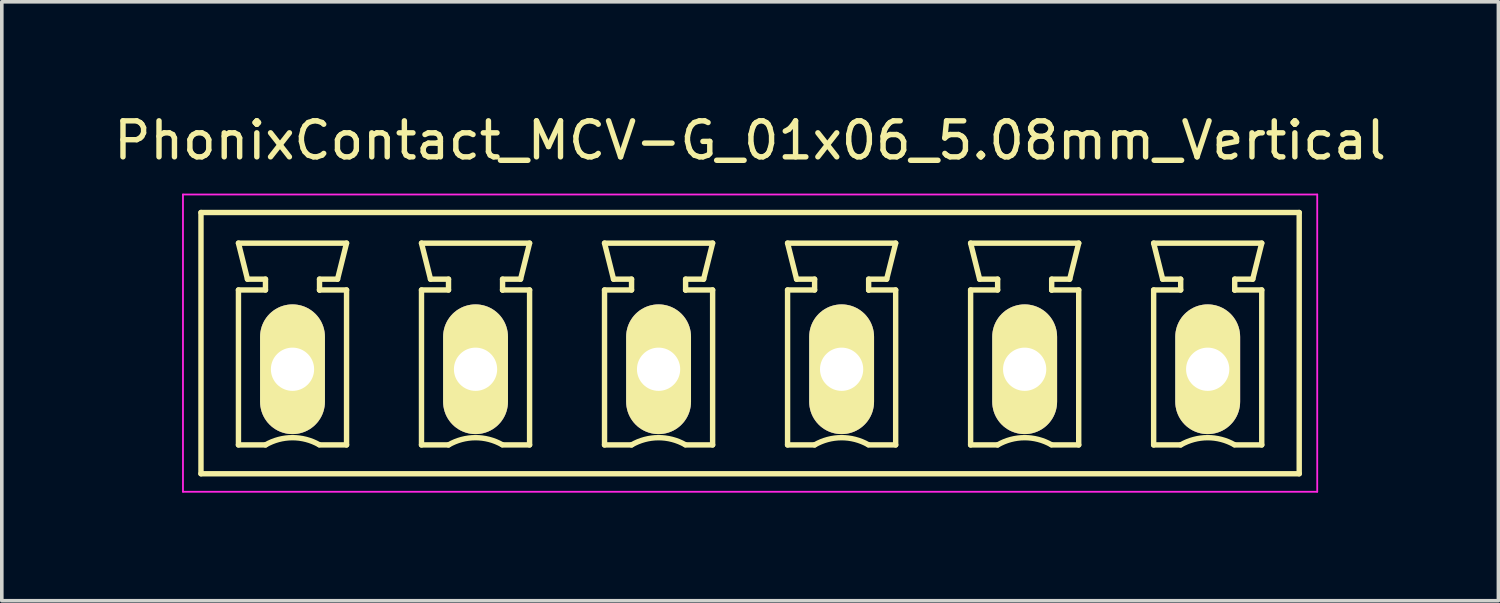
<source format=kicad_pcb>
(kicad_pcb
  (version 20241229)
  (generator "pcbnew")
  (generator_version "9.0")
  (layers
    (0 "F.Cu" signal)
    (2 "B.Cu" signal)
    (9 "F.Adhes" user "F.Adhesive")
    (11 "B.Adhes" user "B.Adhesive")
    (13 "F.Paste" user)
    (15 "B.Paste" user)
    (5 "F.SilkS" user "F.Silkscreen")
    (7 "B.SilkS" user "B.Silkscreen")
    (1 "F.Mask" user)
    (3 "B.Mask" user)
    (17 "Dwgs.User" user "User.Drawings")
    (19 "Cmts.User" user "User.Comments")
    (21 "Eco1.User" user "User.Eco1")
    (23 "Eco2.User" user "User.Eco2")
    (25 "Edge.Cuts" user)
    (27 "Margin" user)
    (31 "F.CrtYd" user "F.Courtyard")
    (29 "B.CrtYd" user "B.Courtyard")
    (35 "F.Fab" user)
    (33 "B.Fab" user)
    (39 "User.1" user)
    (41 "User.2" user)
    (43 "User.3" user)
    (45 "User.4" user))
  (footprint "PhonixContact_MCV-G_01x06_5.08mm_Vertical"
    (layer "F.Cu")
    (at 5.068 7.198)
    (property "Reference" "PhonixContact_MCV-G_01x06_5.08mm_Vertical" (at 12.7 -6.35 0) (layer "F.SilkS") (effects (font (size 1 1) (thickness 0.15))))
    (attr through_hole)
    (fp_line (start -2.54 -4.35) (end -2.54 2.9) (stroke (width 0.15) (type solid)) (layer "F.SilkS"))
    (fp_line (start -2.54 2.9) (end 27.94 2.9) (stroke (width 0.15) (type solid)) (layer "F.SilkS"))
    (fp_line (start -1.5 -3.5) (end 1.5 -3.5) (stroke (width 0.15) (type solid)) (layer "F.SilkS"))
    (fp_line (start -1.5 -2.2) (end -0.75 -2.2) (stroke (width 0.15) (type solid)) (layer "F.SilkS"))
    (fp_line (start -1.5 2.1) (end -1.5 -2.2) (stroke (width 0.15) (type solid)) (layer "F.SilkS"))
    (fp_line (start -1.25 -2.5) (end -1.5 -3.5) (stroke (width 0.15) (type solid)) (layer "F.SilkS"))
    (fp_line (start -0.75 -2.5) (end -1.25 -2.5) (stroke (width 0.15) (type solid)) (layer "F.SilkS"))
    (fp_line (start -0.75 -2.2) (end -0.75 -2.5) (stroke (width 0.15) (type solid)) (layer "F.SilkS"))
    (fp_line (start -0.75 2.1) (end -1.5 2.1) (stroke (width 0.15) (type solid)) (layer "F.SilkS"))
    (fp_line (start 0.75 -2.5) (end 0.75 -2.2) (stroke (width 0.15) (type solid)) (layer "F.SilkS"))
    (fp_line (start 0.75 -2.2) (end 0.75 -2.2) (stroke (width 0.15) (type solid)) (layer "F.SilkS"))
    (fp_line (start 0.75 -2.2) (end 1.5 -2.2) (stroke (width 0.15) (type solid)) (layer "F.SilkS"))
    (fp_line (start 1.25 -2.5) (end 0.75 -2.5) (stroke (width 0.15) (type solid)) (layer "F.SilkS"))
    (fp_line (start 1.5 -3.5) (end 1.25 -2.5) (stroke (width 0.15) (type solid)) (layer "F.SilkS"))
    (fp_line (start 1.5 -2.2) (end 1.5 2.1) (stroke (width 0.15) (type solid)) (layer "F.SilkS"))
    (fp_line (start 1.5 2.1) (end 0.75 2.1) (stroke (width 0.15) (type solid)) (layer "F.SilkS"))
    (fp_line (start 3.58 -3.5) (end 6.58 -3.5) (stroke (width 0.15) (type solid)) (layer "F.SilkS"))
    (fp_line (start 3.58 -2.2) (end 4.33 -2.2) (stroke (width 0.15) (type solid)) (layer "F.SilkS"))
    (fp_line (start 3.58 2.1) (end 3.58 -2.2) (stroke (width 0.15) (type solid)) (layer "F.SilkS"))
    (fp_line (start 3.83 -2.5) (end 3.58 -3.5) (stroke (width 0.15) (type solid)) (layer "F.SilkS"))
    (fp_line (start 4.33 -2.5) (end 3.83 -2.5) (stroke (width 0.15) (type solid)) (layer "F.SilkS"))
    (fp_line (start 4.33 -2.2) (end 4.33 -2.5) (stroke (width 0.15) (type solid)) (layer "F.SilkS"))
    (fp_line (start 4.33 2.1) (end 3.58 2.1) (stroke (width 0.15) (type solid)) (layer "F.SilkS"))
    (fp_line (start 5.83 -2.5) (end 5.83 -2.2) (stroke (width 0.15) (type solid)) (layer "F.SilkS"))
    (fp_line (start 5.83 -2.2) (end 5.83 -2.2) (stroke (width 0.15) (type solid)) (layer "F.SilkS"))
    (fp_line (start 5.83 -2.2) (end 6.58 -2.2) (stroke (width 0.15) (type solid)) (layer "F.SilkS"))
    (fp_line (start 6.33 -2.5) (end 5.83 -2.5) (stroke (width 0.15) (type solid)) (layer "F.SilkS"))
    (fp_line (start 6.58 -3.5) (end 6.33 -2.5) (stroke (width 0.15) (type solid)) (layer "F.SilkS"))
    (fp_line (start 6.58 -2.2) (end 6.58 2.1) (stroke (width 0.15) (type solid)) (layer "F.SilkS"))
    (fp_line (start 6.58 2.1) (end 5.83 2.1) (stroke (width 0.15) (type solid)) (layer "F.SilkS"))
    (fp_line (start 8.66 -3.5) (end 11.66 -3.5) (stroke (width 0.15) (type solid)) (layer "F.SilkS"))
    (fp_line (start 8.66 -2.2) (end 9.41 -2.2) (stroke (width 0.15) (type solid)) (layer "F.SilkS"))
    (fp_line (start 8.66 2.1) (end 8.66 -2.2) (stroke (width 0.15) (type solid)) (layer "F.SilkS"))
    (fp_line (start 8.91 -2.5) (end 8.66 -3.5) (stroke (width 0.15) (type solid)) (layer "F.SilkS"))
    (fp_line (start 9.41 -2.5) (end 8.91 -2.5) (stroke (width 0.15) (type solid)) (layer "F.SilkS"))
    (fp_line (start 9.41 -2.2) (end 9.41 -2.5) (stroke (width 0.15) (type solid)) (layer "F.SilkS"))
    (fp_line (start 9.41 2.1) (end 8.66 2.1) (stroke (width 0.15) (type solid)) (layer "F.SilkS"))
    (fp_line (start 10.91 -2.5) (end 10.91 -2.2) (stroke (width 0.15) (type solid)) (layer "F.SilkS"))
    (fp_line (start 10.91 -2.2) (end 10.91 -2.2) (stroke (width 0.15) (type solid)) (layer "F.SilkS"))
    (fp_line (start 10.91 -2.2) (end 11.66 -2.2) (stroke (width 0.15) (type solid)) (layer "F.SilkS"))
    (fp_line (start 11.41 -2.5) (end 10.91 -2.5) (stroke (width 0.15) (type solid)) (layer "F.SilkS"))
    (fp_line (start 11.66 -3.5) (end 11.41 -2.5) (stroke (width 0.15) (type solid)) (layer "F.SilkS"))
    (fp_line (start 11.66 -2.2) (end 11.66 2.1) (stroke (width 0.15) (type solid)) (layer "F.SilkS"))
    (fp_line (start 11.66 2.1) (end 10.91 2.1) (stroke (width 0.15) (type solid)) (layer "F.SilkS"))
    (fp_line (start 13.74 -3.5) (end 16.74 -3.5) (stroke (width 0.15) (type solid)) (layer "F.SilkS"))
    (fp_line (start 13.74 -2.2) (end 14.49 -2.2) (stroke (width 0.15) (type solid)) (layer "F.SilkS"))
    (fp_line (start 13.74 2.1) (end 13.74 -2.2) (stroke (width 0.15) (type solid)) (layer "F.SilkS"))
    (fp_line (start 13.99 -2.5) (end 13.74 -3.5) (stroke (width 0.15) (type solid)) (layer "F.SilkS"))
    (fp_line (start 14.49 -2.5) (end 13.99 -2.5) (stroke (width 0.15) (type solid)) (layer "F.SilkS"))
    (fp_line (start 14.49 -2.2) (end 14.49 -2.5) (stroke (width 0.15) (type solid)) (layer "F.SilkS"))
    (fp_line (start 14.49 2.1) (end 13.74 2.1) (stroke (width 0.15) (type solid)) (layer "F.SilkS"))
    (fp_line (start 15.99 -2.5) (end 15.99 -2.2) (stroke (width 0.15) (type solid)) (layer "F.SilkS"))
    (fp_line (start 15.99 -2.2) (end 15.99 -2.2) (stroke (width 0.15) (type solid)) (layer "F.SilkS"))
    (fp_line (start 15.99 -2.2) (end 16.74 -2.2) (stroke (width 0.15) (type solid)) (layer "F.SilkS"))
    (fp_line (start 16.49 -2.5) (end 15.99 -2.5) (stroke (width 0.15) (type solid)) (layer "F.SilkS"))
    (fp_line (start 16.74 -3.5) (end 16.49 -2.5) (stroke (width 0.15) (type solid)) (layer "F.SilkS"))
    (fp_line (start 16.74 -2.2) (end 16.74 2.1) (stroke (width 0.15) (type solid)) (layer "F.SilkS"))
    (fp_line (start 16.74 2.1) (end 15.99 2.1) (stroke (width 0.15) (type solid)) (layer "F.SilkS"))
    (fp_line (start 18.82 -3.5) (end 21.82 -3.5) (stroke (width 0.15) (type solid)) (layer "F.SilkS"))
    (fp_line (start 18.82 -2.2) (end 19.57 -2.2) (stroke (width 0.15) (type solid)) (layer "F.SilkS"))
    (fp_line (start 18.82 2.1) (end 18.82 -2.2) (stroke (width 0.15) (type solid)) (layer "F.SilkS"))
    (fp_line (start 19.07 -2.5) (end 18.82 -3.5) (stroke (width 0.15) (type solid)) (layer "F.SilkS"))
    (fp_line (start 19.57 -2.5) (end 19.07 -2.5) (stroke (width 0.15) (type solid)) (layer "F.SilkS"))
    (fp_line (start 19.57 -2.2) (end 19.57 -2.5) (stroke (width 0.15) (type solid)) (layer "F.SilkS"))
    (fp_line (start 19.57 2.1) (end 18.82 2.1) (stroke (width 0.15) (type solid)) (layer "F.SilkS"))
    (fp_line (start 21.07 -2.5) (end 21.07 -2.2) (stroke (width 0.15) (type solid)) (layer "F.SilkS"))
    (fp_line (start 21.07 -2.2) (end 21.07 -2.2) (stroke (width 0.15) (type solid)) (layer "F.SilkS"))
    (fp_line (start 21.07 -2.2) (end 21.82 -2.2) (stroke (width 0.15) (type solid)) (layer "F.SilkS"))
    (fp_line (start 21.57 -2.5) (end 21.07 -2.5) (stroke (width 0.15) (type solid)) (layer "F.SilkS"))
    (fp_line (start 21.82 -3.5) (end 21.57 -2.5) (stroke (width 0.15) (type solid)) (layer "F.SilkS"))
    (fp_line (start 21.82 -2.2) (end 21.82 2.1) (stroke (width 0.15) (type solid)) (layer "F.SilkS"))
    (fp_line (start 21.82 2.1) (end 21.07 2.1) (stroke (width 0.15) (type solid)) (layer "F.SilkS"))
    (fp_line (start 23.9 -3.5) (end 26.9 -3.5) (stroke (width 0.15) (type solid)) (layer "F.SilkS"))
    (fp_line (start 23.9 -2.2) (end 24.65 -2.2) (stroke (width 0.15) (type solid)) (layer "F.SilkS"))
    (fp_line (start 23.9 2.1) (end 23.9 -2.2) (stroke (width 0.15) (type solid)) (layer "F.SilkS"))
    (fp_line (start 24.15 -2.5) (end 23.9 -3.5) (stroke (width 0.15) (type solid)) (layer "F.SilkS"))
    (fp_line (start 24.65 -2.5) (end 24.15 -2.5) (stroke (width 0.15) (type solid)) (layer "F.SilkS"))
    (fp_line (start 24.65 -2.2) (end 24.65 -2.5) (stroke (width 0.15) (type solid)) (layer "F.SilkS"))
    (fp_line (start 24.65 2.1) (end 23.9 2.1) (stroke (width 0.15) (type solid)) (layer "F.SilkS"))
    (fp_line (start 26.15 -2.5) (end 26.15 -2.2) (stroke (width 0.15) (type solid)) (layer "F.SilkS"))
    (fp_line (start 26.15 -2.2) (end 26.15 -2.2) (stroke (width 0.15) (type solid)) (layer "F.SilkS"))
    (fp_line (start 26.15 -2.2) (end 26.9 -2.2) (stroke (width 0.15) (type solid)) (layer "F.SilkS"))
    (fp_line (start 26.65 -2.5) (end 26.15 -2.5) (stroke (width 0.15) (type solid)) (layer "F.SilkS"))
    (fp_line (start 26.9 -3.5) (end 26.65 -2.5) (stroke (width 0.15) (type solid)) (layer "F.SilkS"))
    (fp_line (start 26.9 -2.2) (end 26.9 2.1) (stroke (width 0.15) (type solid)) (layer "F.SilkS"))
    (fp_line (start 26.9 2.1) (end 26.15 2.1) (stroke (width 0.15) (type solid)) (layer "F.SilkS"))
    (fp_line (start 27.94 -4.35) (end -2.54 -4.35) (stroke (width 0.15) (type solid)) (layer "F.SilkS"))
    (fp_line (start 27.94 2.9) (end 27.94 -4.35) (stroke (width 0.15) (type solid)) (layer "F.SilkS"))
    (fp_arc (start -0.75 2.1) (mid -0.006068 1.899179) (end 0.739464 2.093978) (stroke (width 0.15) (type solid)) (layer "F.SilkS"))
    (fp_arc (start 4.33 2.1) (mid 5.073932 1.899179) (end 5.819464 2.093978) (stroke (width 0.15) (type solid)) (layer "F.SilkS"))
    (fp_arc (start 9.41 2.1) (mid 10.153932 1.899179) (end 10.899464 2.093978) (stroke (width 0.15) (type solid)) (layer "F.SilkS"))
    (fp_arc (start 14.49 2.1) (mid 15.233932 1.899179) (end 15.979464 2.093978) (stroke (width 0.15) (type solid)) (layer "F.SilkS"))
    (fp_arc (start 19.57 2.1) (mid 20.313932 1.899179) (end 21.059464 2.093978) (stroke (width 0.15) (type solid)) (layer "F.SilkS"))
    (fp_arc (start 24.65 2.1) (mid 25.393932 1.899179) (end 26.139464 2.093978) (stroke (width 0.15) (type solid)) (layer "F.SilkS"))
    (fp_line (start -3.04 -4.85) (end -3.04 3.4) (stroke (width 0.05) (type solid)) (layer "F.CrtYd"))
    (fp_line (start -3.04 3.4) (end 28.44 3.4) (stroke (width 0.05) (type solid)) (layer "F.CrtYd"))
    (fp_line (start 28.44 -4.85) (end -3.04 -4.85) (stroke (width 0.05) (type solid)) (layer "F.CrtYd"))
    (fp_line (start 28.44 3.4) (end 28.44 -4.85) (stroke (width 0.05) (type solid)) (layer "F.CrtYd"))
    (pad "1" thru_hole oval (at 0 0) (size 1.8 3.6) (drill 1.2) (layers "*.Cu" "*.Mask" "F.SilkS"))
    (pad "2" thru_hole oval (at 5.08 0) (size 1.8 3.6) (drill 1.2) (layers "*.Cu" "*.Mask" "F.SilkS"))
    (pad "3" thru_hole oval (at 10.16 0) (size 1.8 3.6) (drill 1.2) (layers "*.Cu" "*.Mask" "F.SilkS"))
    (pad "4" thru_hole oval (at 15.24 0) (size 1.8 3.6) (drill 1.2) (layers "*.Cu" "*.Mask" "F.SilkS"))
    (pad "5" thru_hole oval (at 20.32 0) (size 1.8 3.6) (drill 1.2) (layers "*.Cu" "*.Mask" "F.SilkS"))
    (pad "6" thru_hole oval (at 25.4 0) (size 1.8 3.6) (drill 1.2) (layers "*.Cu" "*.Mask" "F.SilkS")))
  (gr_rect
    (start -3 -3)
    (end 38.536 13.623)
    (stroke (width 0.1) (type default))
    (fill no)
    (layer "Edge.Cuts")))
</source>
